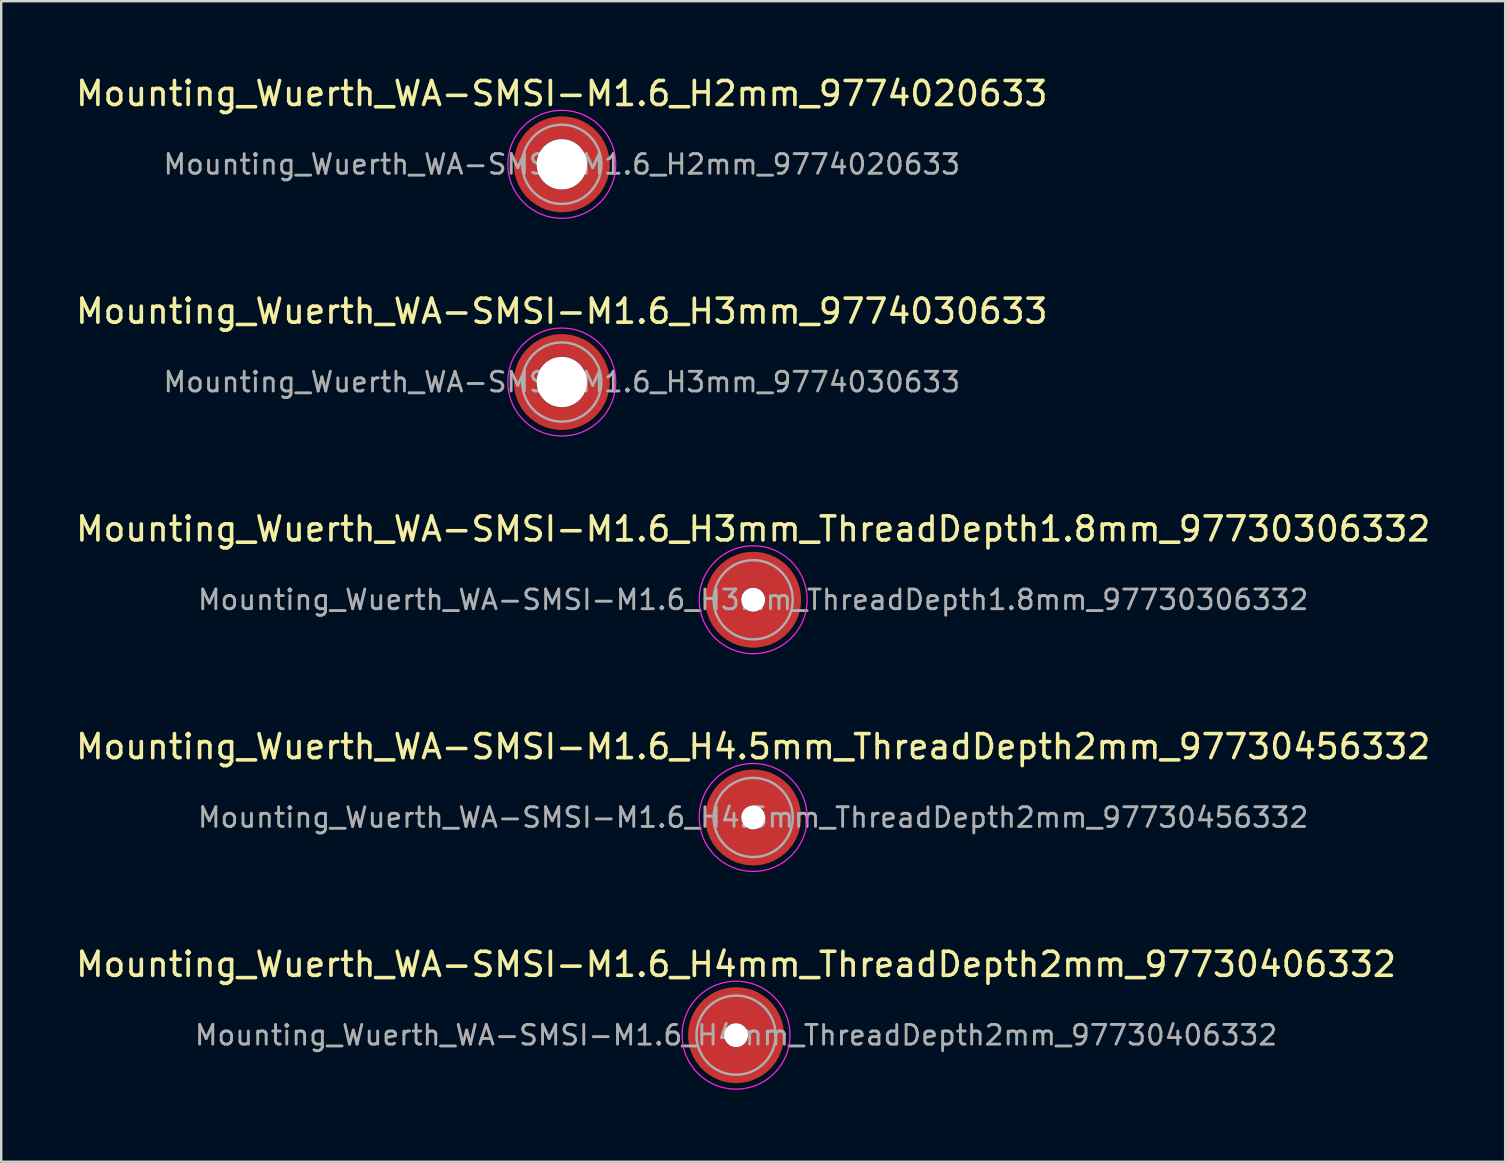
<source format=kicad_pcb>
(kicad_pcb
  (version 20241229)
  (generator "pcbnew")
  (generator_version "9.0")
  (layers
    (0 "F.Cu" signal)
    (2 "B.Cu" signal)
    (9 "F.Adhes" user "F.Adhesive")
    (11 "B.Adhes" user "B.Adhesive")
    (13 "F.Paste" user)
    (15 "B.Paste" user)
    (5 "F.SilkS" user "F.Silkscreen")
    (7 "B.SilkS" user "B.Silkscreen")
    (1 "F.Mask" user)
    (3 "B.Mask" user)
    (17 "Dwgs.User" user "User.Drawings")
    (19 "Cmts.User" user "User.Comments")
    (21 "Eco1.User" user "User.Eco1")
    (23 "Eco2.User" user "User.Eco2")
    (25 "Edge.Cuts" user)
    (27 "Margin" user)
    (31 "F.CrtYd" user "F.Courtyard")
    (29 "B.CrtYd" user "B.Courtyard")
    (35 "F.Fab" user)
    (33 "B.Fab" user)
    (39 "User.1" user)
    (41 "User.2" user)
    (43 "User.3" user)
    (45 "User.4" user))
  (footprint "Mounting_Wuerth_WA-SMSI-M1.6_H4.5mm_ThreadDepth2mm_97730456332"
    (layer "F.Cu")
    (at 28.339 31.018)
    (property "Reference" "Mounting_Wuerth_WA-SMSI-M1.6_H4.5mm_ThreadDepth2mm_97730456332" (at 0 -2.95 0) (layer "F.SilkS") (effects (font (size 1 1) (thickness 0.15))))
    (attr smd allow_soldermask_bridges)
    (fp_circle (center 0 0) (end 2.25 0) (stroke (width 0.05) (type solid)) (fill no) (layer "F.CrtYd"))
    (fp_circle (center 0 0) (end 1.65 0) (stroke (width 0.1) (type solid)) (fill no) (layer "F.Fab"))
    (fp_text user "${REFERENCE}" (at 0 0 0) (layer "F.Fab") (effects (font (size 0.82 0.82) (thickness 0.12))))
    (pad "" smd custom (at 0 -1.25) (size 0.65 0.65) (layers "F.Paste") (options (anchor circle)) (primitives (gr_arc (start -0.259808 0.6) (mid 0.392514 0.670403) (end 0.7 1.25) (width 0.2)) (gr_arc (start -0.466369 0.6) (mid 0.365311 0.538278) (end 0.8 1.25) (width 0.2)) (gr_arc (start -0.622495 0.6) (mid 0.35338 0.422279) (end 0.9 1.25) (width 0.2)) (gr_arc (start -0.759934 0.6) (mid 0.346458 0.311934) (end 1 1.25) (width 0.2)) (gr_arc (start -0.887412 0.6) (mid 0.341941 0.204497) (end 1.1 1.25) (width 0.2)) (gr_arc (start -1.008712 0.6) (mid 0.338781 0.098815) (end 1.2 1.25) (width 0.2)) (gr_arc (start -1.125833 0.6) (mid 0.336465 -0.005704) (end 1.3 1.25) (width 0.2)) (gr_arc (start -1.23996 0.6) (mid 0.334706 -0.109401) (end 1.4 1.25) (width 0.2)) (gr_arc (start -1.351851 0.6) (mid 0.333335 -0.212494) (end 1.5 1.25) (width 0.2)) (gr_arc (start -1.462019 0.6) (mid 0.332242 -0.315125) (end 1.6 1.25) (width 0.2)) (gr_arc (start -1.570828 0.6) (mid 0.331355 -0.417394) (end 1.7 1.25) (width 0.2)) (gr_arc (start -1.678541 0.6) (mid 0.330625 -0.519375) (end 1.8 1.25) (width 0.2)) (gr_line (start 0.7 1.25) (end 1.8 1.25) (width 0.2)) (gr_line (start -0.26 0.6) (end -1.679 0.6) (width 0.2))))
    (pad "" np_thru_hole circle (at 0 0) (size 1 1) (drill 1) (layers "*.Cu" "*.Mask"))
    (pad "" smd custom (at 0 1.25) (size 0.65 0.65) (layers "F.Paste") (options (anchor circle)) (primitives (gr_arc (start 0.259808 -0.6) (mid -0.392514 -0.670403) (end -0.7 -1.25) (width 0.2)) (gr_arc (start 0.466369 -0.6) (mid -0.365311 -0.538278) (end -0.8 -1.25) (width 0.2)) (gr_arc (start 0.622495 -0.6) (mid -0.35338 -0.422279) (end -0.9 -1.25) (width 0.2)) (gr_arc (start 0.759934 -0.6) (mid -0.346458 -0.311934) (end -1 -1.25) (width 0.2)) (gr_arc (start 0.887412 -0.6) (mid -0.341941 -0.204497) (end -1.1 -1.25) (width 0.2)) (gr_arc (start 1.008712 -0.6) (mid -0.338781 -0.098815) (end -1.2 -1.25) (width 0.2)) (gr_arc (start 1.125833 -0.6) (mid -0.336465 0.005704) (end -1.3 -1.25) (width 0.2)) (gr_arc (start 1.23996 -0.6) (mid -0.334706 0.109401) (end -1.4 -1.25) (width 0.2)) (gr_arc (start 1.351851 -0.6) (mid -0.333335 0.212494) (end -1.5 -1.25) (width 0.2)) (gr_arc (start 1.462019 -0.6) (mid -0.332242 0.315125) (end -1.6 -1.25) (width 0.2)) (gr_arc (start 1.570828 -0.6) (mid -0.331355 0.417394) (end -1.7 -1.25) (width 0.2)) (gr_arc (start 1.678541 -0.6) (mid -0.330625 0.519375) (end -1.8 -1.25) (width 0.2)) (gr_line (start -0.7 -1.25) (end -1.8 -1.25) (width 0.2)) (gr_line (start 0.26 -0.6) (end 1.679 -0.6) (width 0.2))))
    (pad "1" smd circle (at -1.25 0) (size 0.992 0.992) (layers "F.Cu"))
    (pad "1" smd circle (at 0 -1.25) (size 0.992 0.992) (layers "F.Cu"))
    (pad "1" smd circle (at 0 1.25) (size 0.992 0.992) (layers "F.Cu"))
    (pad "1" smd custom (at 1.25 0) (size 1.5 1.5) (layers "F.Cu" "F.Mask") (options (anchor circle)) (primitives (gr_circle (center -1.25 0) (end 0 0) (width 1.5) (fill no)))))
  (footprint "Mounting_Wuerth_WA-SMSI-M1.6_H4mm_ThreadDepth2mm_97730406332"
    (layer "F.Cu")
    (at 27.625 40.091)
    (property "Reference" "Mounting_Wuerth_WA-SMSI-M1.6_H4mm_ThreadDepth2mm_97730406332" (at 0 -2.95 0) (layer "F.SilkS") (effects (font (size 1 1) (thickness 0.15))))
    (attr smd allow_soldermask_bridges)
    (fp_circle (center 0 0) (end 2.25 0) (stroke (width 0.05) (type solid)) (fill no) (layer "F.CrtYd"))
    (fp_circle (center 0 0) (end 1.65 0) (stroke (width 0.1) (type solid)) (fill no) (layer "F.Fab"))
    (fp_text user "${REFERENCE}" (at 0 0 0) (layer "F.Fab") (effects (font (size 0.82 0.82) (thickness 0.12))))
    (pad "" smd custom (at 0 -1.25) (size 0.65 0.65) (layers "F.Paste") (options (anchor circle)) (primitives (gr_arc (start -0.259808 0.6) (mid 0.392514 0.670403) (end 0.7 1.25) (width 0.2)) (gr_arc (start -0.466369 0.6) (mid 0.365311 0.538278) (end 0.8 1.25) (width 0.2)) (gr_arc (start -0.622495 0.6) (mid 0.35338 0.422279) (end 0.9 1.25) (width 0.2)) (gr_arc (start -0.759934 0.6) (mid 0.346458 0.311934) (end 1 1.25) (width 0.2)) (gr_arc (start -0.887412 0.6) (mid 0.341941 0.204497) (end 1.1 1.25) (width 0.2)) (gr_arc (start -1.008712 0.6) (mid 0.338781 0.098815) (end 1.2 1.25) (width 0.2)) (gr_arc (start -1.125833 0.6) (mid 0.336465 -0.005704) (end 1.3 1.25) (width 0.2)) (gr_arc (start -1.23996 0.6) (mid 0.334706 -0.109401) (end 1.4 1.25) (width 0.2)) (gr_arc (start -1.351851 0.6) (mid 0.333335 -0.212494) (end 1.5 1.25) (width 0.2)) (gr_arc (start -1.462019 0.6) (mid 0.332242 -0.315125) (end 1.6 1.25) (width 0.2)) (gr_arc (start -1.570828 0.6) (mid 0.331355 -0.417394) (end 1.7 1.25) (width 0.2)) (gr_arc (start -1.678541 0.6) (mid 0.330625 -0.519375) (end 1.8 1.25) (width 0.2)) (gr_line (start 0.7 1.25) (end 1.8 1.25) (width 0.2)) (gr_line (start -0.26 0.6) (end -1.679 0.6) (width 0.2))))
    (pad "" np_thru_hole circle (at 0 0) (size 1 1) (drill 1) (layers "*.Cu" "*.Mask"))
    (pad "" smd custom (at 0 1.25) (size 0.65 0.65) (layers "F.Paste") (options (anchor circle)) (primitives (gr_arc (start 0.259808 -0.6) (mid -0.392514 -0.670403) (end -0.7 -1.25) (width 0.2)) (gr_arc (start 0.466369 -0.6) (mid -0.365311 -0.538278) (end -0.8 -1.25) (width 0.2)) (gr_arc (start 0.622495 -0.6) (mid -0.35338 -0.422279) (end -0.9 -1.25) (width 0.2)) (gr_arc (start 0.759934 -0.6) (mid -0.346458 -0.311934) (end -1 -1.25) (width 0.2)) (gr_arc (start 0.887412 -0.6) (mid -0.341941 -0.204497) (end -1.1 -1.25) (width 0.2)) (gr_arc (start 1.008712 -0.6) (mid -0.338781 -0.098815) (end -1.2 -1.25) (width 0.2)) (gr_arc (start 1.125833 -0.6) (mid -0.336465 0.005704) (end -1.3 -1.25) (width 0.2)) (gr_arc (start 1.23996 -0.6) (mid -0.334706 0.109401) (end -1.4 -1.25) (width 0.2)) (gr_arc (start 1.351851 -0.6) (mid -0.333335 0.212494) (end -1.5 -1.25) (width 0.2)) (gr_arc (start 1.462019 -0.6) (mid -0.332242 0.315125) (end -1.6 -1.25) (width 0.2)) (gr_arc (start 1.570828 -0.6) (mid -0.331355 0.417394) (end -1.7 -1.25) (width 0.2)) (gr_arc (start 1.678541 -0.6) (mid -0.330625 0.519375) (end -1.8 -1.25) (width 0.2)) (gr_line (start -0.7 -1.25) (end -1.8 -1.25) (width 0.2)) (gr_line (start 0.26 -0.6) (end 1.679 -0.6) (width 0.2))))
    (pad "1" smd circle (at -1.25 0) (size 0.992 0.992) (layers "F.Cu"))
    (pad "1" smd circle (at 0 -1.25) (size 0.992 0.992) (layers "F.Cu"))
    (pad "1" smd circle (at 0 1.25) (size 0.992 0.992) (layers "F.Cu"))
    (pad "1" smd custom (at 1.25 0) (size 1.5 1.5) (layers "F.Cu" "F.Mask") (options (anchor circle)) (primitives (gr_circle (center -1.25 0) (end 0 0) (width 1.5) (fill no)))))
  (footprint "Mounting_Wuerth_WA-SMSI-M1.6_H2mm_9774020633"
    (layer "F.Cu")
    (at 20.363 3.798)
    (property "Reference" "Mounting_Wuerth_WA-SMSI-M1.6_H2mm_9774020633" (at 0 -2.95 0) (layer "F.SilkS") (effects (font (size 1 1) (thickness 0.15))))
    (attr smd allow_soldermask_bridges)
    (fp_circle (center 0 0) (end 2.25 0) (stroke (width 0.05) (type solid)) (fill no) (layer "F.CrtYd"))
    (fp_circle (center 0 0) (end 1.65 0) (stroke (width 0.1) (type solid)) (fill no) (layer "F.Fab"))
    (fp_text user "${REFERENCE}" (at 0 0 0) (layer "F.Fab") (effects (font (size 0.82 0.82) (thickness 0.12))))
    (pad "" smd custom (at -1.061 -1.061) (size 0.4 0.4) (layers "F.Paste") (options (anchor circle)) (primitives (gr_arc (start -0.101235 0.76066) (mid 0.212132 0.212132) (end 0.76066 -0.101235) (width 0.2)) (gr_arc (start -0.204251 0.76066) (mid 0.141421 0.141421) (end 0.76066 -0.204251) (width 0.2)) (gr_arc (start -0.306819 0.76066) (mid 0.070711 0.070711) (end 0.76066 -0.306819) (width 0.2)) (gr_arc (start -0.409034 0.76066) (mid 0 0) (end 0.76066 -0.409034) (width 0.2)) (gr_arc (start -0.510963 0.76066) (mid -0.070711 -0.070711) (end 0.76066 -0.510963) (width 0.2)) (gr_arc (start -0.61266 0.76066) (mid -0.141421 -0.141421) (end 0.76066 -0.61266) (width 0.2)) (gr_arc (start -0.714164 0.76066) (mid -0.212132 -0.212132) (end 0.76066 -0.714164) (width 0.2)) (gr_line (start 0.761 -0.101) (end 0.761 -0.714) (width 0.2)) (gr_line (start -0.101 0.761) (end -0.714 0.761) (width 0.2))))
    (pad "" smd custom (at -1.061 1.061) (size 0.4 0.4) (layers "F.Paste") (options (anchor circle)) (primitives (gr_arc (start 0.76066 0.101235) (mid 0.212132 -0.212132) (end -0.101235 -0.76066) (width 0.2)) (gr_arc (start 0.76066 0.204251) (mid 0.141421 -0.141421) (end -0.204251 -0.76066) (width 0.2)) (gr_arc (start 0.76066 0.306819) (mid 0.070711 -0.070711) (end -0.306819 -0.76066) (width 0.2)) (gr_arc (start 0.76066 0.409034) (mid 0 0) (end -0.409034 -0.76066) (width 0.2)) (gr_arc (start 0.76066 0.510963) (mid -0.070711 0.070711) (end -0.510963 -0.76066) (width 0.2)) (gr_arc (start 0.76066 0.61266) (mid -0.141421 0.141421) (end -0.61266 -0.76066) (width 0.2)) (gr_arc (start 0.76066 0.714164) (mid -0.212132 0.212132) (end -0.714164 -0.76066) (width 0.2)) (gr_line (start -0.101 -0.761) (end -0.714 -0.761) (width 0.2)) (gr_line (start 0.761 0.101) (end 0.761 0.714) (width 0.2))))
    (pad "" np_thru_hole circle (at 0 0) (size 2.1 2.1) (drill 2.1) (layers "*.Cu" "*.Mask"))
    (pad "" smd custom (at 1.061 -1.061) (size 0.4 0.4) (layers "F.Paste") (options (anchor circle)) (primitives (gr_arc (start -0.76066 -0.101235) (mid -0.212132 0.212132) (end 0.101235 0.76066) (width 0.2)) (gr_arc (start -0.76066 -0.204251) (mid -0.141421 0.141421) (end 0.204251 0.76066) (width 0.2)) (gr_arc (start -0.76066 -0.306819) (mid -0.070711 0.070711) (end 0.306819 0.76066) (width 0.2)) (gr_arc (start -0.76066 -0.409034) (mid 0 0) (end 0.409034 0.76066) (width 0.2)) (gr_arc (start -0.76066 -0.510963) (mid 0.070711 -0.070711) (end 0.510963 0.76066) (width 0.2)) (gr_arc (start -0.76066 -0.61266) (mid 0.141421 -0.141421) (end 0.61266 0.76066) (width 0.2)) (gr_arc (start -0.76066 -0.714164) (mid 0.212132 -0.212132) (end 0.714164 0.76066) (width 0.2)) (gr_line (start 0.101 0.761) (end 0.714 0.761) (width 0.2)) (gr_line (start -0.761 -0.101) (end -0.761 -0.714) (width 0.2))))
    (pad "" smd custom (at 1.061 1.061) (size 0.4 0.4) (layers "F.Paste") (options (anchor circle)) (primitives (gr_arc (start 0.101235 -0.76066) (mid -0.212132 -0.212132) (end -0.76066 0.101235) (width 0.2)) (gr_arc (start 0.204251 -0.76066) (mid -0.141421 -0.141421) (end -0.76066 0.204251) (width 0.2)) (gr_arc (start 0.306819 -0.76066) (mid -0.070711 -0.070711) (end -0.76066 0.306819) (width 0.2)) (gr_arc (start 0.409034 -0.76066) (mid 0 0) (end -0.76066 0.409034) (width 0.2)) (gr_arc (start 0.510963 -0.76066) (mid 0.070711 0.070711) (end -0.76066 0.510963) (width 0.2)) (gr_arc (start 0.61266 -0.76066) (mid 0.141421 0.141421) (end -0.76066 0.61266) (width 0.2)) (gr_arc (start 0.714164 -0.76066) (mid 0.212132 0.212132) (end -0.76066 0.714164) (width 0.2)) (gr_line (start -0.761 0.101) (end -0.761 0.714) (width 0.2)) (gr_line (start 0.101 -0.761) (end 0.714 -0.761) (width 0.2))))
    (pad "1" smd circle (at -1.525 0) (size 0.442 0.442) (layers "F.Cu"))
    (pad "1" smd circle (at 0 -1.525) (size 0.442 0.442) (layers "F.Cu"))
    (pad "1" smd circle (at 0 1.525) (size 0.442 0.442) (layers "F.Cu"))
    (pad "1" smd custom (at 1.525 0) (size 0.95 0.95) (layers "F.Cu" "F.Mask") (options (anchor circle)) (primitives (gr_circle (center -1.525 0) (end 0 0) (width 0.95) (fill no)))))
  (footprint "Mounting_Wuerth_WA-SMSI-M1.6_H3mm_ThreadDepth1.8mm_97730306332"
    (layer "F.Cu")
    (at 28.339 21.945)
    (property "Reference" "Mounting_Wuerth_WA-SMSI-M1.6_H3mm_ThreadDepth1.8mm_97730306332" (at 0 -2.95 0) (layer "F.SilkS") (effects (font (size 1 1) (thickness 0.15))))
    (attr smd allow_soldermask_bridges)
    (fp_circle (center 0 0) (end 2.25 0) (stroke (width 0.05) (type solid)) (fill no) (layer "F.CrtYd"))
    (fp_circle (center 0 0) (end 1.65 0) (stroke (width 0.1) (type solid)) (fill no) (layer "F.Fab"))
    (fp_text user "${REFERENCE}" (at 0 0 0) (layer "F.Fab") (effects (font (size 0.82 0.82) (thickness 0.12))))
    (pad "" smd custom (at 0 -1.25) (size 0.65 0.65) (layers "F.Paste") (options (anchor circle)) (primitives (gr_arc (start -0.259808 0.6) (mid 0.392514 0.670403) (end 0.7 1.25) (width 0.2)) (gr_arc (start -0.466369 0.6) (mid 0.365311 0.538278) (end 0.8 1.25) (width 0.2)) (gr_arc (start -0.622495 0.6) (mid 0.35338 0.422279) (end 0.9 1.25) (width 0.2)) (gr_arc (start -0.759934 0.6) (mid 0.346458 0.311934) (end 1 1.25) (width 0.2)) (gr_arc (start -0.887412 0.6) (mid 0.341941 0.204497) (end 1.1 1.25) (width 0.2)) (gr_arc (start -1.008712 0.6) (mid 0.338781 0.098815) (end 1.2 1.25) (width 0.2)) (gr_arc (start -1.125833 0.6) (mid 0.336465 -0.005704) (end 1.3 1.25) (width 0.2)) (gr_arc (start -1.23996 0.6) (mid 0.334706 -0.109401) (end 1.4 1.25) (width 0.2)) (gr_arc (start -1.351851 0.6) (mid 0.333335 -0.212494) (end 1.5 1.25) (width 0.2)) (gr_arc (start -1.462019 0.6) (mid 0.332242 -0.315125) (end 1.6 1.25) (width 0.2)) (gr_arc (start -1.570828 0.6) (mid 0.331355 -0.417394) (end 1.7 1.25) (width 0.2)) (gr_arc (start -1.678541 0.6) (mid 0.330625 -0.519375) (end 1.8 1.25) (width 0.2)) (gr_line (start 0.7 1.25) (end 1.8 1.25) (width 0.2)) (gr_line (start -0.26 0.6) (end -1.679 0.6) (width 0.2))))
    (pad "" np_thru_hole circle (at 0 0) (size 1 1) (drill 1) (layers "*.Cu" "*.Mask"))
    (pad "" smd custom (at 0 1.25) (size 0.65 0.65) (layers "F.Paste") (options (anchor circle)) (primitives (gr_arc (start 0.259808 -0.6) (mid -0.392514 -0.670403) (end -0.7 -1.25) (width 0.2)) (gr_arc (start 0.466369 -0.6) (mid -0.365311 -0.538278) (end -0.8 -1.25) (width 0.2)) (gr_arc (start 0.622495 -0.6) (mid -0.35338 -0.422279) (end -0.9 -1.25) (width 0.2)) (gr_arc (start 0.759934 -0.6) (mid -0.346458 -0.311934) (end -1 -1.25) (width 0.2)) (gr_arc (start 0.887412 -0.6) (mid -0.341941 -0.204497) (end -1.1 -1.25) (width 0.2)) (gr_arc (start 1.008712 -0.6) (mid -0.338781 -0.098815) (end -1.2 -1.25) (width 0.2)) (gr_arc (start 1.125833 -0.6) (mid -0.336465 0.005704) (end -1.3 -1.25) (width 0.2)) (gr_arc (start 1.23996 -0.6) (mid -0.334706 0.109401) (end -1.4 -1.25) (width 0.2)) (gr_arc (start 1.351851 -0.6) (mid -0.333335 0.212494) (end -1.5 -1.25) (width 0.2)) (gr_arc (start 1.462019 -0.6) (mid -0.332242 0.315125) (end -1.6 -1.25) (width 0.2)) (gr_arc (start 1.570828 -0.6) (mid -0.331355 0.417394) (end -1.7 -1.25) (width 0.2)) (gr_arc (start 1.678541 -0.6) (mid -0.330625 0.519375) (end -1.8 -1.25) (width 0.2)) (gr_line (start -0.7 -1.25) (end -1.8 -1.25) (width 0.2)) (gr_line (start 0.26 -0.6) (end 1.679 -0.6) (width 0.2))))
    (pad "1" smd circle (at -1.25 0) (size 0.992 0.992) (layers "F.Cu"))
    (pad "1" smd circle (at 0 -1.25) (size 0.992 0.992) (layers "F.Cu"))
    (pad "1" smd circle (at 0 1.25) (size 0.992 0.992) (layers "F.Cu"))
    (pad "1" smd custom (at 1.25 0) (size 1.5 1.5) (layers "F.Cu" "F.Mask") (options (anchor circle)) (primitives (gr_circle (center -1.25 0) (end 0 0) (width 1.5) (fill no)))))
  (footprint "Mounting_Wuerth_WA-SMSI-M1.6_H3mm_9774030633"
    (layer "F.Cu")
    (at 20.363 12.871)
    (property "Reference" "Mounting_Wuerth_WA-SMSI-M1.6_H3mm_9774030633" (at 0 -2.95 0) (layer "F.SilkS") (effects (font (size 1 1) (thickness 0.15))))
    (attr smd allow_soldermask_bridges)
    (fp_circle (center 0 0) (end 2.25 0) (stroke (width 0.05) (type solid)) (fill no) (layer "F.CrtYd"))
    (fp_circle (center 0 0) (end 1.65 0) (stroke (width 0.1) (type solid)) (fill no) (layer "F.Fab"))
    (fp_text user "${REFERENCE}" (at 0 0 0) (layer "F.Fab") (effects (font (size 0.82 0.82) (thickness 0.12))))
    (pad "" smd custom (at -1.061 -1.061) (size 0.4 0.4) (layers "F.Paste") (options (anchor circle)) (primitives (gr_arc (start -0.101235 0.76066) (mid 0.212132 0.212132) (end 0.76066 -0.101235) (width 0.2)) (gr_arc (start -0.204251 0.76066) (mid 0.141421 0.141421) (end 0.76066 -0.204251) (width 0.2)) (gr_arc (start -0.306819 0.76066) (mid 0.070711 0.070711) (end 0.76066 -0.306819) (width 0.2)) (gr_arc (start -0.409034 0.76066) (mid 0 0) (end 0.76066 -0.409034) (width 0.2)) (gr_arc (start -0.510963 0.76066) (mid -0.070711 -0.070711) (end 0.76066 -0.510963) (width 0.2)) (gr_arc (start -0.61266 0.76066) (mid -0.141421 -0.141421) (end 0.76066 -0.61266) (width 0.2)) (gr_arc (start -0.714164 0.76066) (mid -0.212132 -0.212132) (end 0.76066 -0.714164) (width 0.2)) (gr_line (start 0.761 -0.101) (end 0.761 -0.714) (width 0.2)) (gr_line (start -0.101 0.761) (end -0.714 0.761) (width 0.2))))
    (pad "" smd custom (at -1.061 1.061) (size 0.4 0.4) (layers "F.Paste") (options (anchor circle)) (primitives (gr_arc (start 0.76066 0.101235) (mid 0.212132 -0.212132) (end -0.101235 -0.76066) (width 0.2)) (gr_arc (start 0.76066 0.204251) (mid 0.141421 -0.141421) (end -0.204251 -0.76066) (width 0.2)) (gr_arc (start 0.76066 0.306819) (mid 0.070711 -0.070711) (end -0.306819 -0.76066) (width 0.2)) (gr_arc (start 0.76066 0.409034) (mid 0 0) (end -0.409034 -0.76066) (width 0.2)) (gr_arc (start 0.76066 0.510963) (mid -0.070711 0.070711) (end -0.510963 -0.76066) (width 0.2)) (gr_arc (start 0.76066 0.61266) (mid -0.141421 0.141421) (end -0.61266 -0.76066) (width 0.2)) (gr_arc (start 0.76066 0.714164) (mid -0.212132 0.212132) (end -0.714164 -0.76066) (width 0.2)) (gr_line (start -0.101 -0.761) (end -0.714 -0.761) (width 0.2)) (gr_line (start 0.761 0.101) (end 0.761 0.714) (width 0.2))))
    (pad "" np_thru_hole circle (at 0 0) (size 2.1 2.1) (drill 2.1) (layers "*.Cu" "*.Mask"))
    (pad "" smd custom (at 1.061 -1.061) (size 0.4 0.4) (layers "F.Paste") (options (anchor circle)) (primitives (gr_arc (start -0.76066 -0.101235) (mid -0.212132 0.212132) (end 0.101235 0.76066) (width 0.2)) (gr_arc (start -0.76066 -0.204251) (mid -0.141421 0.141421) (end 0.204251 0.76066) (width 0.2)) (gr_arc (start -0.76066 -0.306819) (mid -0.070711 0.070711) (end 0.306819 0.76066) (width 0.2)) (gr_arc (start -0.76066 -0.409034) (mid 0 0) (end 0.409034 0.76066) (width 0.2)) (gr_arc (start -0.76066 -0.510963) (mid 0.070711 -0.070711) (end 0.510963 0.76066) (width 0.2)) (gr_arc (start -0.76066 -0.61266) (mid 0.141421 -0.141421) (end 0.61266 0.76066) (width 0.2)) (gr_arc (start -0.76066 -0.714164) (mid 0.212132 -0.212132) (end 0.714164 0.76066) (width 0.2)) (gr_line (start 0.101 0.761) (end 0.714 0.761) (width 0.2)) (gr_line (start -0.761 -0.101) (end -0.761 -0.714) (width 0.2))))
    (pad "" smd custom (at 1.061 1.061) (size 0.4 0.4) (layers "F.Paste") (options (anchor circle)) (primitives (gr_arc (start 0.101235 -0.76066) (mid -0.212132 -0.212132) (end -0.76066 0.101235) (width 0.2)) (gr_arc (start 0.204251 -0.76066) (mid -0.141421 -0.141421) (end -0.76066 0.204251) (width 0.2)) (gr_arc (start 0.306819 -0.76066) (mid -0.070711 -0.070711) (end -0.76066 0.306819) (width 0.2)) (gr_arc (start 0.409034 -0.76066) (mid 0 0) (end -0.76066 0.409034) (width 0.2)) (gr_arc (start 0.510963 -0.76066) (mid 0.070711 0.070711) (end -0.76066 0.510963) (width 0.2)) (gr_arc (start 0.61266 -0.76066) (mid 0.141421 0.141421) (end -0.76066 0.61266) (width 0.2)) (gr_arc (start 0.714164 -0.76066) (mid 0.212132 0.212132) (end -0.76066 0.714164) (width 0.2)) (gr_line (start -0.761 0.101) (end -0.761 0.714) (width 0.2)) (gr_line (start 0.101 -0.761) (end 0.714 -0.761) (width 0.2))))
    (pad "1" smd circle (at -1.525 0) (size 0.442 0.442) (layers "F.Cu"))
    (pad "1" smd circle (at 0 -1.525) (size 0.442 0.442) (layers "F.Cu"))
    (pad "1" smd circle (at 0 1.525) (size 0.442 0.442) (layers "F.Cu"))
    (pad "1" smd custom (at 1.525 0) (size 0.95 0.95) (layers "F.Cu" "F.Mask") (options (anchor circle)) (primitives (gr_circle (center -1.525 0) (end 0 0) (width 0.95) (fill no)))))
  (gr_rect
    (start -3 -3)
    (end 59.679 45.366)
    (stroke (width 0.1) (type default))
    (fill no)
    (layer "Edge.Cuts")))
</source>
